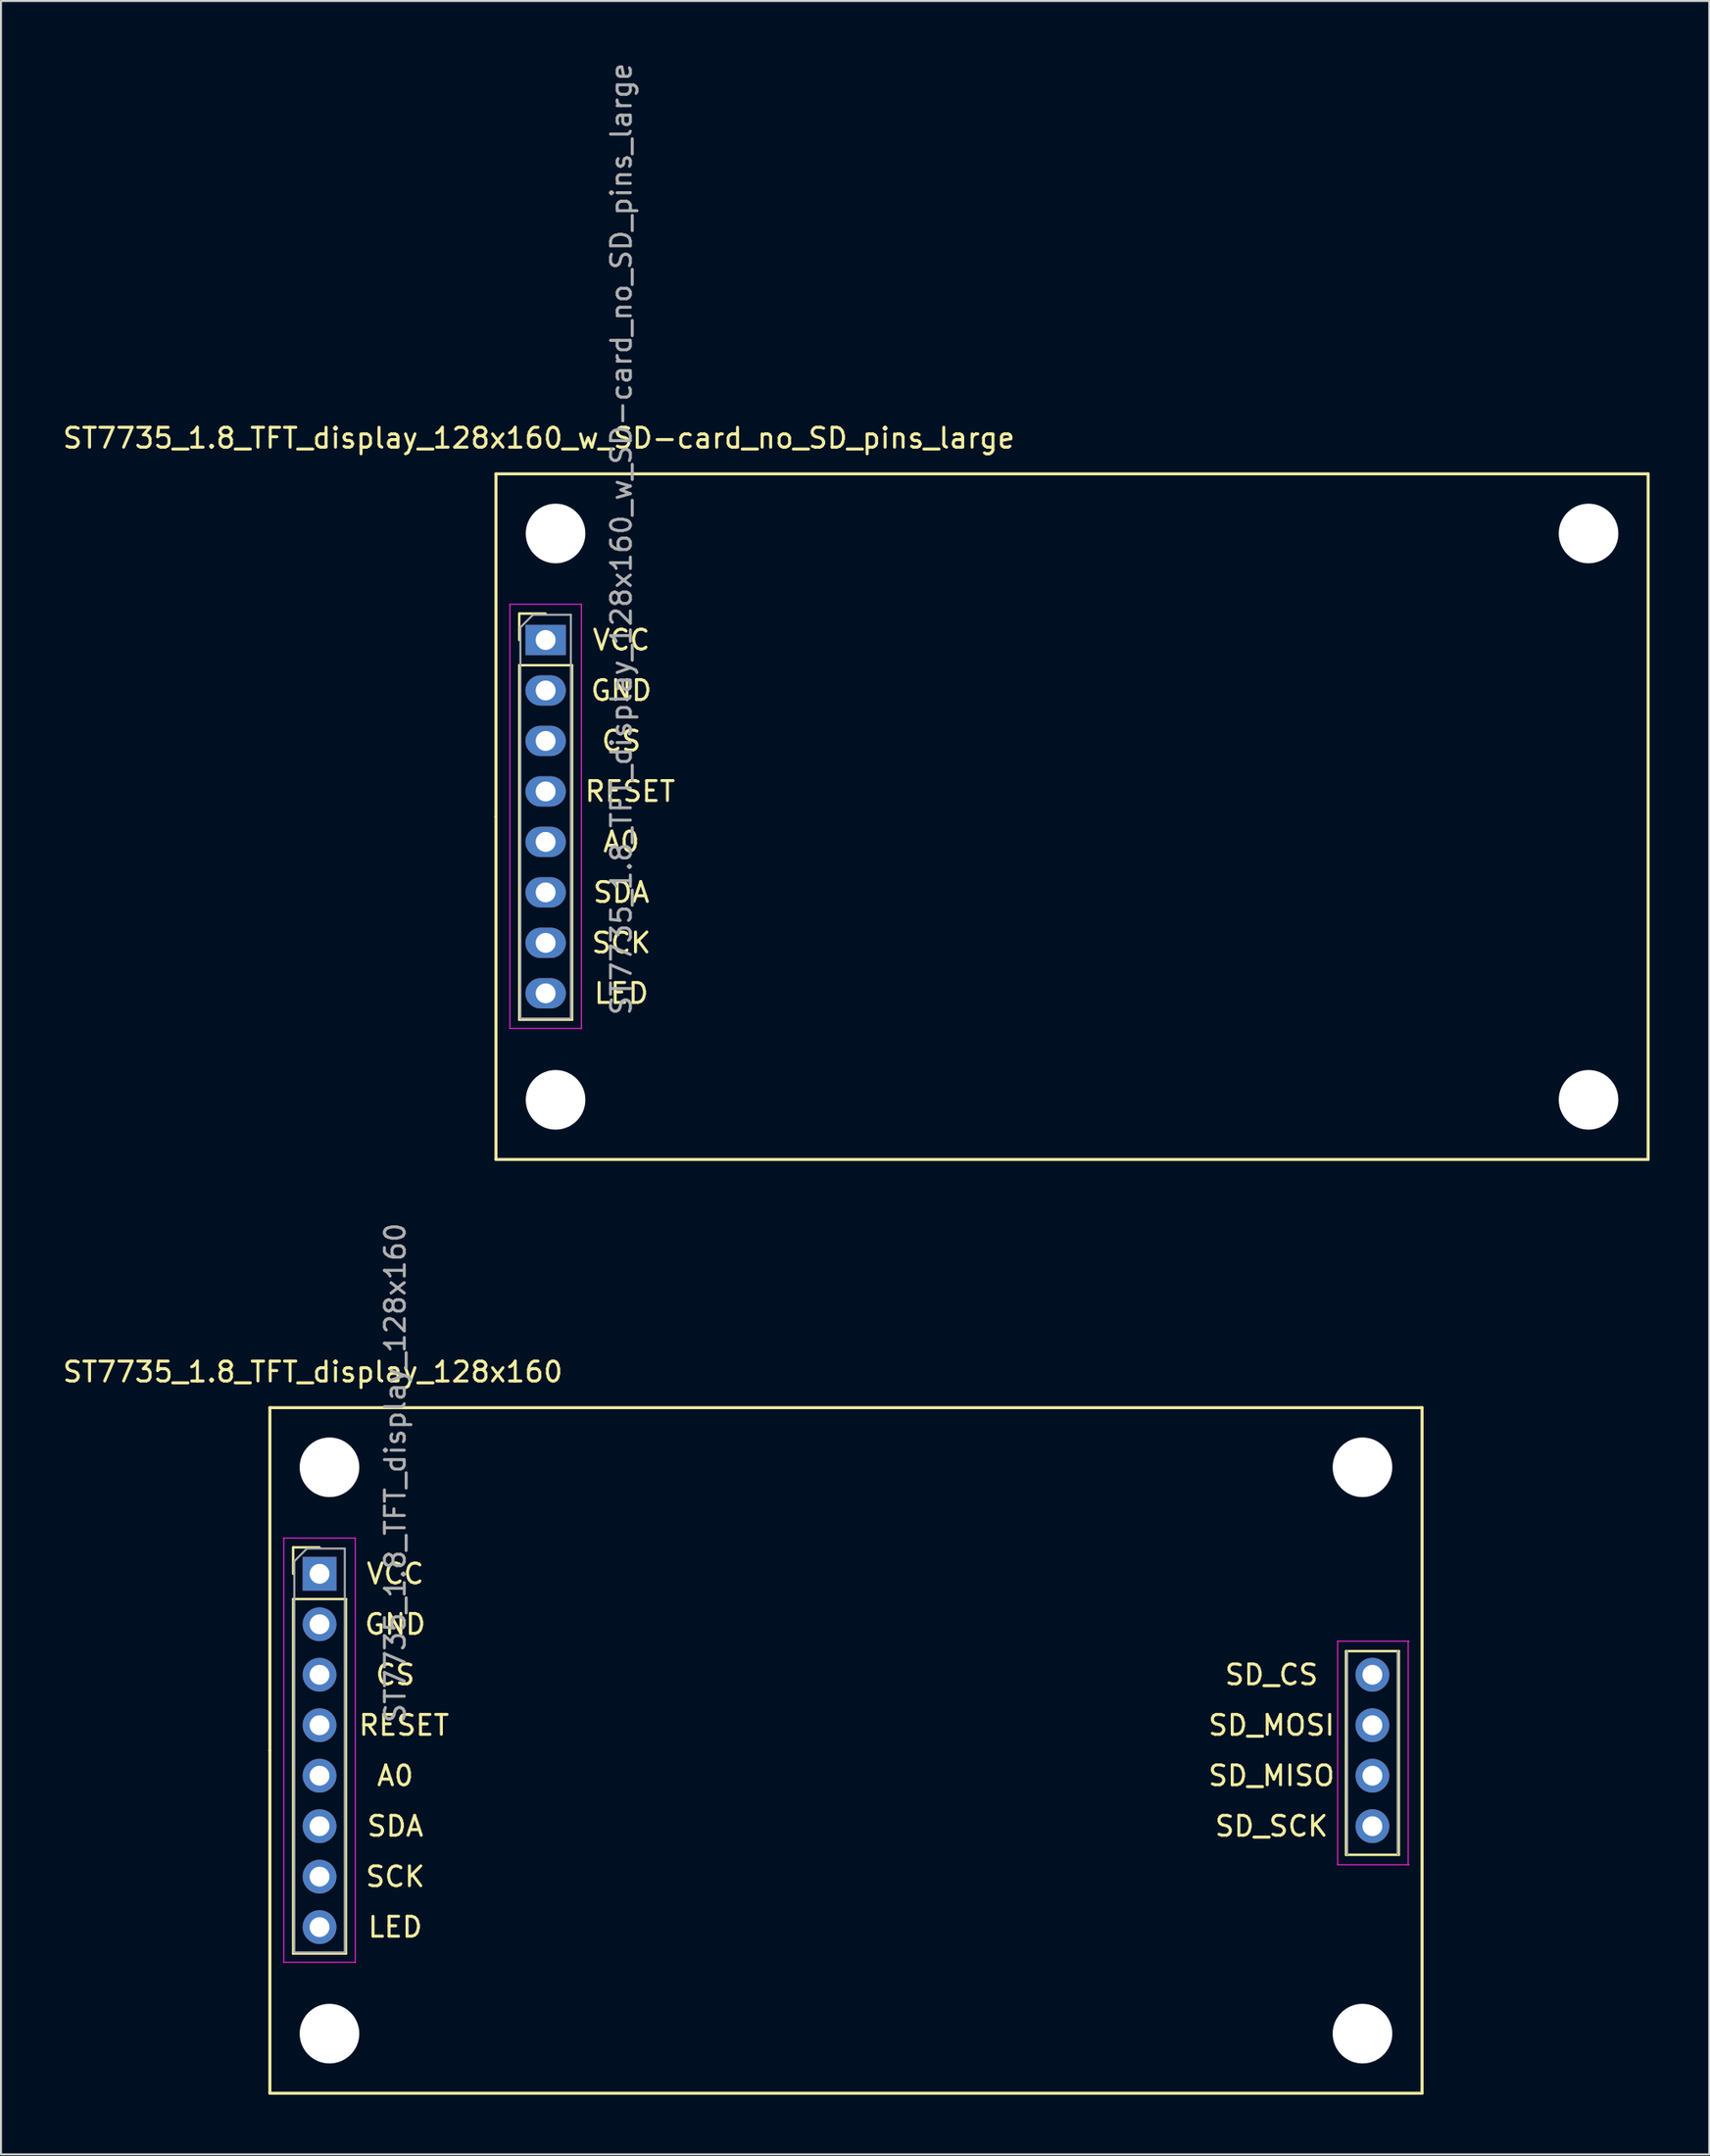
<source format=kicad_pcb>
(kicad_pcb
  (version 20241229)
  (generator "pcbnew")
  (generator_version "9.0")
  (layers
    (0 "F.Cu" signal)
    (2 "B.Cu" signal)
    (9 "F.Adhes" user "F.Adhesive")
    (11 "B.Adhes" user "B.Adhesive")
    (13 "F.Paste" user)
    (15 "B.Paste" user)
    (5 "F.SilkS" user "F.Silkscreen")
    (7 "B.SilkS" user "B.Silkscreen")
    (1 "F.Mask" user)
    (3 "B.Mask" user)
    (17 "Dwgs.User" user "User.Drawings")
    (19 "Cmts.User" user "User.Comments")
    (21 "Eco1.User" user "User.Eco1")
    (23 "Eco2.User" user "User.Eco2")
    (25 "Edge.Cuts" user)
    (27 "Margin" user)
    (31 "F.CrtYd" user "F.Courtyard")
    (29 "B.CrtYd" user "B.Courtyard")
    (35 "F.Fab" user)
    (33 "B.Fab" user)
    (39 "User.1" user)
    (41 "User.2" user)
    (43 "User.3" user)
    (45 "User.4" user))
  (footprint "ST7735_1.8_TFT_display_128x160_w_SD-card_no_SD_pins_large"
    (layer "F.Cu")
    (at 24.417 29.157)
    (property "Reference" "ST7735_1.8_TFT_display_128x160_w_SD-card_no_SD_pins_large" (at -0.34 -10.16 0) (layer "F.SilkS") (effects (font (size 1 1) (thickness 0.15))))
    (attr through_hole)
    (fp_line (start -2.5 8.89) (end -2.5 -8.36) (stroke (width 0.15) (type solid)) (layer "F.SilkS"))
    (fp_line (start -2.5 8.89) (end -2.5 26.14) (stroke (width 0.15) (type solid)) (layer "F.SilkS"))
    (fp_line (start -2.5 26.14) (end 55.5 26.14) (stroke (width 0.15) (type solid)) (layer "F.SilkS"))
    (fp_line (start -1.33 -1.33) (end 0 -1.33) (stroke (width 0.12) (type solid)) (layer "F.SilkS"))
    (fp_line (start -1.33 0) (end -1.33 -1.33) (stroke (width 0.12) (type solid)) (layer "F.SilkS"))
    (fp_line (start -1.33 1.27) (end -1.33 19.11) (stroke (width 0.12) (type solid)) (layer "F.SilkS"))
    (fp_line (start -1.33 1.27) (end 1.33 1.27) (stroke (width 0.12) (type solid)) (layer "F.SilkS"))
    (fp_line (start -1.33 19.11) (end 1.33 19.11) (stroke (width 0.12) (type solid)) (layer "F.SilkS"))
    (fp_line (start 1.33 1.27) (end 1.33 19.11) (stroke (width 0.12) (type solid)) (layer "F.SilkS"))
    (fp_line (start 55.5 -8.36) (end -2.5 -8.36) (stroke (width 0.15) (type solid)) (layer "F.SilkS"))
    (fp_line (start 55.5 26.14) (end 55.5 -8.36) (stroke (width 0.15) (type solid)) (layer "F.SilkS"))
    (fp_line (start -1.8 -1.8) (end -1.8 19.55) (stroke (width 0.05) (type solid)) (layer "F.CrtYd"))
    (fp_line (start -1.8 19.55) (end 1.8 19.55) (stroke (width 0.05) (type solid)) (layer "F.CrtYd"))
    (fp_line (start 1.8 -1.8) (end -1.8 -1.8) (stroke (width 0.05) (type solid)) (layer "F.CrtYd"))
    (fp_line (start 1.8 19.55) (end 1.8 -1.8) (stroke (width 0.05) (type solid)) (layer "F.CrtYd"))
    (fp_line (start -1.27 -0.635) (end -0.635 -1.27) (stroke (width 0.1) (type solid)) (layer "F.Fab"))
    (fp_line (start -1.27 19.05) (end -1.27 -0.635) (stroke (width 0.1) (type solid)) (layer "F.Fab"))
    (fp_line (start -0.635 -1.27) (end 1.27 -1.27) (stroke (width 0.1) (type solid)) (layer "F.Fab"))
    (fp_line (start 1.27 -1.27) (end 1.27 19.05) (stroke (width 0.1) (type solid)) (layer "F.Fab"))
    (fp_line (start 1.27 19.05) (end -1.27 19.05) (stroke (width 0.1) (type solid)) (layer "F.Fab"))
    (fp_text user "A0" (at 3.81 10.16 0) (layer "F.SilkS") (effects (font (size 1 1) (thickness 0.15))))
    (fp_text user "GND" (at 3.81 2.54 0) (layer "F.SilkS") (effects (font (size 1 1) (thickness 0.15))))
    (fp_text user "RESET" (at 4.25 7.62 0) (layer "F.SilkS") (effects (font (size 1 1) (thickness 0.15))))
    (fp_text user "LED" (at 3.81 17.78 0) (layer "F.SilkS") (effects (font (size 1 1) (thickness 0.15))))
    (fp_text user "SDA" (at 3.81 12.7 0) (layer "F.SilkS") (effects (font (size 1 1) (thickness 0.15))))
    (fp_text user "SCK" (at 3.81 15.24 0) (layer "F.SilkS") (effects (font (size 1 1) (thickness 0.15))))
    (fp_text user "CS" (at 3.81 5.08 0) (layer "F.SilkS") (effects (font (size 1 1) (thickness 0.15))))
    (fp_text user "VCC" (at 3.81 0 0) (layer "F.SilkS") (effects (font (size 1 1) (thickness 0.15))))
    (fp_text user "${REFERENCE}" (at 3.81 -5.08 90) (layer "F.Fab") (effects (font (size 1 1) (thickness 0.15))))
    (pad "" np_thru_hole circle (at 0.5 -5.36) (size 3 3) (drill 3) (layers "*.Cu" "*.Mask"))
    (pad "" np_thru_hole circle (at 0.5 23.14) (size 3 3) (drill 3) (layers "*.Cu" "*.Mask"))
    (pad "" np_thru_hole circle (at 52.5 -5.36) (size 3 3) (drill 3) (layers "*.Cu" "*.Mask"))
    (pad "" np_thru_hole circle (at 52.5 23.14) (size 3 3) (drill 3) (layers "*.Cu" "*.Mask"))
    (pad "1" thru_hole rect (at 0 0) (size 2.032 1.524) (drill 1) (layers "*.Cu" "*.Mask"))
    (pad "2" thru_hole oval (at 0 2.54) (size 2.032 1.524) (drill 1) (layers "*.Cu" "*.Mask"))
    (pad "3" thru_hole oval (at 0 5.08) (size 2.032 1.524) (drill 1) (layers "*.Cu" "*.Mask"))
    (pad "4" thru_hole oval (at 0 7.62) (size 2.032 1.524) (drill 1) (layers "*.Cu" "*.Mask"))
    (pad "5" thru_hole oval (at 0 10.16) (size 2.032 1.524) (drill 1) (layers "*.Cu" "*.Mask"))
    (pad "6" thru_hole oval (at 0 12.7) (size 2.032 1.524) (drill 1) (layers "*.Cu" "*.Mask"))
    (pad "7" thru_hole oval (at 0 15.24) (size 2.032 1.524) (drill 1) (layers "*.Cu" "*.Mask"))
    (pad "8" thru_hole oval (at 0 17.78) (size 2.032 1.524) (drill 1) (layers "*.Cu" "*.Mask")))
  (footprint "ST7735_1.8_TFT_display_128x160"
    (layer "F.Cu")
    (at 13.036 76.149)
    (property "Reference" "ST7735_1.8_TFT_display_128x160" (at -0.34 -10.16 0) (layer "F.SilkS") (effects (font (size 1 1) (thickness 0.15))))
    (attr through_hole)
    (fp_line (start -2.5 8.89) (end -2.5 -8.36) (stroke (width 0.15) (type solid)) (layer "F.SilkS"))
    (fp_line (start -2.5 8.89) (end -2.5 26.14) (stroke (width 0.15) (type solid)) (layer "F.SilkS"))
    (fp_line (start -2.5 26.14) (end 55.5 26.14) (stroke (width 0.15) (type solid)) (layer "F.SilkS"))
    (fp_line (start -1.33 -1.33) (end 0 -1.33) (stroke (width 0.12) (type solid)) (layer "F.SilkS"))
    (fp_line (start -1.33 0) (end -1.33 -1.33) (stroke (width 0.12) (type solid)) (layer "F.SilkS"))
    (fp_line (start -1.33 1.27) (end -1.33 19.11) (stroke (width 0.12) (type solid)) (layer "F.SilkS"))
    (fp_line (start -1.33 1.27) (end 1.33 1.27) (stroke (width 0.12) (type solid)) (layer "F.SilkS"))
    (fp_line (start -1.33 19.11) (end 1.33 19.11) (stroke (width 0.12) (type solid)) (layer "F.SilkS"))
    (fp_line (start 1.33 1.27) (end 1.33 19.11) (stroke (width 0.12) (type solid)) (layer "F.SilkS"))
    (fp_line (start 51.67 3.89) (end 51.67 14.14) (stroke (width 0.12) (type solid)) (layer "F.SilkS"))
    (fp_line (start 51.67 3.89) (end 54.33 3.89) (stroke (width 0.12) (type solid)) (layer "F.SilkS"))
    (fp_line (start 51.67 14.14) (end 54.33 14.14) (stroke (width 0.12) (type solid)) (layer "F.SilkS"))
    (fp_line (start 54.33 3.89) (end 54.33 14.14) (stroke (width 0.12) (type solid)) (layer "F.SilkS"))
    (fp_line (start 55.5 -8.36) (end -2.5 -8.36) (stroke (width 0.15) (type solid)) (layer "F.SilkS"))
    (fp_line (start 55.5 26.14) (end 55.5 -8.36) (stroke (width 0.15) (type solid)) (layer "F.SilkS"))
    (fp_line (start -1.8 -1.8) (end -1.8 19.55) (stroke (width 0.05) (type solid)) (layer "F.CrtYd"))
    (fp_line (start -1.8 19.55) (end 1.8 19.55) (stroke (width 0.05) (type solid)) (layer "F.CrtYd"))
    (fp_line (start 1.8 -1.8) (end -1.8 -1.8) (stroke (width 0.05) (type solid)) (layer "F.CrtYd"))
    (fp_line (start 1.8 19.55) (end 1.8 -1.8) (stroke (width 0.05) (type solid)) (layer "F.CrtYd"))
    (fp_line (start 51.25 14.64) (end 51.25 3.39) (stroke (width 0.05) (type solid)) (layer "F.CrtYd"))
    (fp_line (start 54.8 14.64) (end 54.8 3.39) (stroke (width 0.05) (type solid)) (layer "F.CrtYd"))
    (fp_line (start 54.85 3.39) (end 51.25 3.39) (stroke (width 0.05) (type solid)) (layer "F.CrtYd"))
    (fp_line (start 54.85 14.64) (end 51.25 14.64) (stroke (width 0.05) (type solid)) (layer "F.CrtYd"))
    (fp_line (start -1.27 -0.635) (end -0.635 -1.27) (stroke (width 0.1) (type solid)) (layer "F.Fab"))
    (fp_line (start -1.27 19.05) (end -1.27 -0.635) (stroke (width 0.1) (type solid)) (layer "F.Fab"))
    (fp_line (start -0.635 -1.27) (end 1.27 -1.27) (stroke (width 0.1) (type solid)) (layer "F.Fab"))
    (fp_line (start 1.27 -1.27) (end 1.27 19.05) (stroke (width 0.1) (type solid)) (layer "F.Fab"))
    (fp_line (start 1.27 19.05) (end -1.27 19.05) (stroke (width 0.1) (type solid)) (layer "F.Fab"))
    (fp_line (start 51.73 14.14) (end 51.73 3.89) (stroke (width 0.1) (type solid)) (layer "F.Fab"))
    (fp_line (start 54.27 3.89) (end 54.27 14.14) (stroke (width 0.1) (type solid)) (layer "F.Fab"))
    (fp_text user "LED" (at 3.81 17.78 0) (layer "F.SilkS") (effects (font (size 1 1) (thickness 0.15))))
    (fp_text user "GND" (at 3.81 2.54 0) (layer "F.SilkS") (effects (font (size 1 1) (thickness 0.15))))
    (fp_text user "CS" (at 3.81 5.08 0) (layer "F.SilkS") (effects (font (size 1 1) (thickness 0.15))))
    (fp_text user "SD_CS" (at 47.92 5.08 0) (layer "F.SilkS") (effects (font (size 1 1) (thickness 0.15))))
    (fp_text user "RESET" (at 4.25 7.62 0) (layer "F.SilkS") (effects (font (size 1 1) (thickness 0.15))))
    (fp_text user "A0" (at 3.81 10.16 0) (layer "F.SilkS") (effects (font (size 1 1) (thickness 0.15))))
    (fp_text user "SD_MISO" (at 47.92 10.16 0) (layer "F.SilkS") (effects (font (size 1 1) (thickness 0.15))))
    (fp_text user "SD_SCK" (at 47.92 12.7 0) (layer "F.SilkS") (effects (font (size 1 1) (thickness 0.15))))
    (fp_text user "SDA" (at 3.81 12.7 0) (layer "F.SilkS") (effects (font (size 1 1) (thickness 0.15))))
    (fp_text user "VCC" (at 3.81 0 0) (layer "F.SilkS") (effects (font (size 1 1) (thickness 0.15))))
    (fp_text user "SD_MOSI" (at 47.92 7.62 0) (layer "F.SilkS") (effects (font (size 1 1) (thickness 0.15))))
    (fp_text user "SCK" (at 3.81 15.24 0) (layer "F.SilkS") (effects (font (size 1 1) (thickness 0.15))))
    (fp_text user "${REFERENCE}" (at 3.81 -5.08 90) (layer "F.Fab") (effects (font (size 1 1) (thickness 0.15))))
    (pad "" np_thru_hole oval (at 0.5 -5.36) (size 3 3) (drill 3) (layers "*.Cu" "*.Mask"))
    (pad "" np_thru_hole oval (at 0.5 23.14) (size 3 3) (drill 3) (layers "*.Cu" "*.Mask"))
    (pad "" np_thru_hole oval (at 52.5 -5.36) (size 3 3) (drill 3) (layers "*.Cu" "*.Mask"))
    (pad "" np_thru_hole oval (at 52.5 23.14) (size 3 3) (drill 3) (layers "*.Cu" "*.Mask"))
    (pad "1" thru_hole rect (at 0 0) (size 1.7 1.7) (drill 1) (layers "*.Cu" "*.Mask"))
    (pad "2" thru_hole oval (at 0 2.54) (size 1.7 1.7) (drill 1) (layers "*.Cu" "*.Mask"))
    (pad "3" thru_hole oval (at 0 5.08) (size 1.7 1.7) (drill 1) (layers "*.Cu" "*.Mask"))
    (pad "4" thru_hole oval (at 0 7.62) (size 1.7 1.7) (drill 1) (layers "*.Cu" "*.Mask"))
    (pad "5" thru_hole oval (at 0 10.16) (size 1.7 1.7) (drill 1) (layers "*.Cu" "*.Mask"))
    (pad "6" thru_hole oval (at 0 12.7) (size 1.7 1.7) (drill 1) (layers "*.Cu" "*.Mask"))
    (pad "7" thru_hole oval (at 0 15.24) (size 1.7 1.7) (drill 1) (layers "*.Cu" "*.Mask"))
    (pad "8" thru_hole oval (at 0 17.78) (size 1.7 1.7) (drill 1) (layers "*.Cu" "*.Mask"))
    (pad "9" thru_hole oval (at 53 5.08) (size 1.7 1.7) (drill 1) (layers "*.Cu" "*.Mask"))
    (pad "10" thru_hole oval (at 53 7.62) (size 1.7 1.7) (drill 1) (layers "*.Cu" "*.Mask"))
    (pad "11" thru_hole oval (at 53 10.16) (size 1.7 1.7) (drill 1) (layers "*.Cu" "*.Mask"))
    (pad "12" thru_hole oval (at 53 12.7) (size 1.7 1.7) (drill 1) (layers "*.Cu" "*.Mask")))
  (gr_rect
    (start -3 -3)
    (end 82.992 105.364)
    (stroke (width 0.1) (type default))
    (fill no)
    (layer "Edge.Cuts")))
</source>
